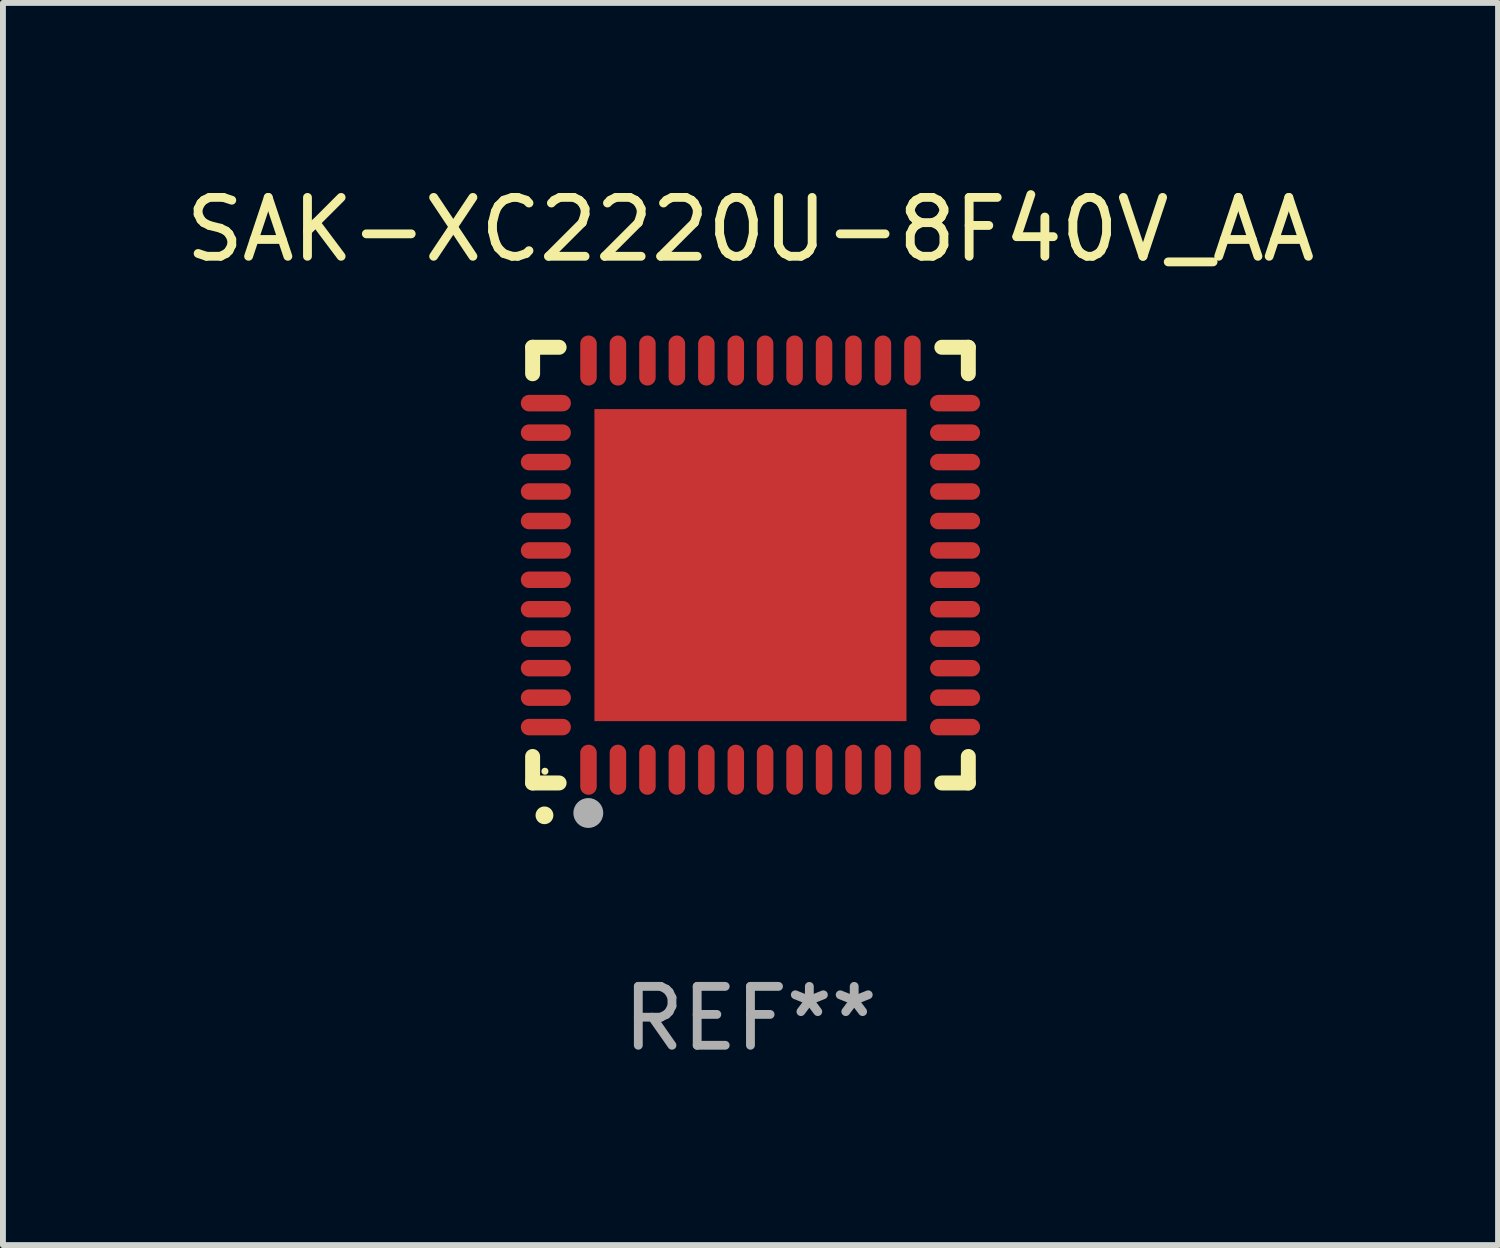
<source format=kicad_pcb>
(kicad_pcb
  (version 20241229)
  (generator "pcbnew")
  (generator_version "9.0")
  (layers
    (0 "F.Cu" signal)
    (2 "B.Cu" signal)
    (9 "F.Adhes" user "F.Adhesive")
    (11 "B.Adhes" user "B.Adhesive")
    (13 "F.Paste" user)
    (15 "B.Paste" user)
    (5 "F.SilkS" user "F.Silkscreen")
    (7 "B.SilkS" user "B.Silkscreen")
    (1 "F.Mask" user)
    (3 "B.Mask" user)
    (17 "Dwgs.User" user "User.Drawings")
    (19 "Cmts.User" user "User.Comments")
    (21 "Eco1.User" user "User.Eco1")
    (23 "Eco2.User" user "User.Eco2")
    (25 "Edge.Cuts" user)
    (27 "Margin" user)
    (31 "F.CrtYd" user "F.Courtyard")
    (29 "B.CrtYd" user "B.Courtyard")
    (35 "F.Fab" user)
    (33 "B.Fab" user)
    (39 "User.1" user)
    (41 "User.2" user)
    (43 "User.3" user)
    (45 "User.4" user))
  (footprint "SAK-XC2220U-8F40V_AA"
    (layer "F.Cu")
    (at 9.696 6.548)
    (property "Reference" "SAK-XC2220U-8F40V_AA" (at 0 -5.7 0) (layer "F.SilkS") (effects (font (size 1 1) (thickness 0.15))))
    (attr through_hole)
    (fp_line (start -3.7 -3.7) (end -3.25 -3.7) (stroke (width 0.254) (type solid)) (layer "F.SilkS"))
    (fp_line (start -3.7 -3.25) (end -3.7 -3.7) (stroke (width 0.254) (type solid)) (layer "F.SilkS"))
    (fp_line (start -3.7 3.7) (end -3.7 3.25) (stroke (width 0.254) (type solid)) (layer "F.SilkS"))
    (fp_line (start -3.25 3.7) (end -3.7 3.7) (stroke (width 0.254) (type solid)) (layer "F.SilkS"))
    (fp_line (start 3.25 3.7) (end 3.7 3.7) (stroke (width 0.254) (type solid)) (layer "F.SilkS"))
    (fp_line (start 3.7 -3.7) (end 3.25 -3.7) (stroke (width 0.254) (type solid)) (layer "F.SilkS"))
    (fp_line (start 3.7 -3.25) (end 3.7 -3.7) (stroke (width 0.254) (type solid)) (layer "F.SilkS"))
    (fp_line (start 3.7 3.7) (end 3.7 3.25) (stroke (width 0.254) (type solid)) (layer "F.SilkS"))
    (fp_arc (start -3.500127 4.249428) (mid -3.498857 4.249423) (end -3.497587 4.249428) (stroke (width 0.3) (type solid)) (layer "F.SilkS"))
    (fp_circle (center -3.491 3.501) (end -3.461 3.501) (stroke (width 0.06) (type solid)) (fill no) (layer "F.SilkS"))
    (fp_circle (center -2.754 4.21) (end -2.627 4.21) (stroke (width 0.254) (type solid)) (fill no) (layer "F.Fab"))
    (fp_text user "REF**" (at 0 7.7 0) (layer "F.Fab") (effects (font (size 1 1) (thickness 0.15))))
    (pad "1" smd oval (at -2.751 3.475) (size 0.28 0.85) (layers "F.Cu" "F.Mask" "F.Paste"))
    (pad "2" smd oval (at -2.251 3.475) (size 0.28 0.85) (layers "F.Cu" "F.Mask" "F.Paste"))
    (pad "3" smd oval (at -1.75 3.475) (size 0.28 0.85) (layers "F.Cu" "F.Mask" "F.Paste"))
    (pad "4" smd oval (at -1.25 3.475) (size 0.28 0.85) (layers "F.Cu" "F.Mask" "F.Paste"))
    (pad "5" smd oval (at -0.749 3.475) (size 0.28 0.85) (layers "F.Cu" "F.Mask" "F.Paste"))
    (pad "6" smd oval (at -0.249 3.475) (size 0.28 0.85) (layers "F.Cu" "F.Mask" "F.Paste"))
    (pad "7" smd oval (at 0.249 3.475) (size 0.28 0.85) (layers "F.Cu" "F.Mask" "F.Paste"))
    (pad "8" smd oval (at 0.749 3.475) (size 0.28 0.85) (layers "F.Cu" "F.Mask" "F.Paste"))
    (pad "9" smd oval (at 1.25 3.475) (size 0.28 0.85) (layers "F.Cu" "F.Mask" "F.Paste"))
    (pad "10" smd oval (at 1.75 3.475) (size 0.28 0.85) (layers "F.Cu" "F.Mask" "F.Paste"))
    (pad "11" smd oval (at 2.25 3.475) (size 0.28 0.85) (layers "F.Cu" "F.Mask" "F.Paste"))
    (pad "12" smd oval (at 2.751 3.475) (size 0.28 0.85) (layers "F.Cu" "F.Mask" "F.Paste"))
    (pad "13" smd oval (at 3.475 2.751) (size 0.85 0.28) (layers "F.Cu" "F.Mask" "F.Paste"))
    (pad "14" smd oval (at 3.475 2.251) (size 0.85 0.28) (layers "F.Cu" "F.Mask" "F.Paste"))
    (pad "15" smd oval (at 3.475 1.75) (size 0.85 0.28) (layers "F.Cu" "F.Mask" "F.Paste"))
    (pad "16" smd oval (at 3.475 1.25) (size 0.85 0.28) (layers "F.Cu" "F.Mask" "F.Paste"))
    (pad "17" smd oval (at 3.475 0.749) (size 0.85 0.28) (layers "F.Cu" "F.Mask" "F.Paste"))
    (pad "18" smd oval (at 3.475 0.249) (size 0.85 0.28) (layers "F.Cu" "F.Mask" "F.Paste"))
    (pad "19" smd oval (at 3.475 -0.249) (size 0.85 0.28) (layers "F.Cu" "F.Mask" "F.Paste"))
    (pad "20" smd oval (at 3.475 -0.749) (size 0.85 0.28) (layers "F.Cu" "F.Mask" "F.Paste"))
    (pad "21" smd oval (at 3.475 -1.25) (size 0.85 0.28) (layers "F.Cu" "F.Mask" "F.Paste"))
    (pad "22" smd oval (at 3.475 -1.75) (size 0.85 0.28) (layers "F.Cu" "F.Mask" "F.Paste"))
    (pad "23" smd oval (at 3.475 -2.25) (size 0.85 0.28) (layers "F.Cu" "F.Mask" "F.Paste"))
    (pad "24" smd oval (at 3.475 -2.751) (size 0.85 0.28) (layers "F.Cu" "F.Mask" "F.Paste"))
    (pad "25" smd oval (at 2.751 -3.475) (size 0.28 0.85) (layers "F.Cu" "F.Mask" "F.Paste"))
    (pad "26" smd oval (at 2.25 -3.475) (size 0.28 0.85) (layers "F.Cu" "F.Mask" "F.Paste"))
    (pad "27" smd oval (at 1.75 -3.475) (size 0.28 0.85) (layers "F.Cu" "F.Mask" "F.Paste"))
    (pad "28" smd oval (at 1.25 -3.475) (size 0.28 0.85) (layers "F.Cu" "F.Mask" "F.Paste"))
    (pad "29" smd oval (at 0.749 -3.475) (size 0.28 0.85) (layers "F.Cu" "F.Mask" "F.Paste"))
    (pad "30" smd oval (at 0.249 -3.475) (size 0.28 0.85) (layers "F.Cu" "F.Mask" "F.Paste"))
    (pad "31" smd oval (at -0.249 -3.475) (size 0.28 0.85) (layers "F.Cu" "F.Mask" "F.Paste"))
    (pad "32" smd oval (at -0.749 -3.475) (size 0.28 0.85) (layers "F.Cu" "F.Mask" "F.Paste"))
    (pad "33" smd oval (at -1.25 -3.475) (size 0.28 0.85) (layers "F.Cu" "F.Mask" "F.Paste"))
    (pad "34" smd oval (at -1.75 -3.475) (size 0.28 0.85) (layers "F.Cu" "F.Mask" "F.Paste"))
    (pad "35" smd oval (at -2.251 -3.475) (size 0.28 0.85) (layers "F.Cu" "F.Mask" "F.Paste"))
    (pad "36" smd oval (at -2.751 -3.475) (size 0.28 0.85) (layers "F.Cu" "F.Mask" "F.Paste"))
    (pad "37" smd oval (at -3.475 -2.751) (size 0.85 0.28) (layers "F.Cu" "F.Mask" "F.Paste"))
    (pad "38" smd oval (at -3.475 -2.25) (size 0.85 0.28) (layers "F.Cu" "F.Mask" "F.Paste"))
    (pad "39" smd oval (at -3.475 -1.75) (size 0.85 0.28) (layers "F.Cu" "F.Mask" "F.Paste"))
    (pad "40" smd oval (at -3.475 -1.25) (size 0.85 0.28) (layers "F.Cu" "F.Mask" "F.Paste"))
    (pad "41" smd oval (at -3.475 -0.749) (size 0.85 0.28) (layers "F.Cu" "F.Mask" "F.Paste"))
    (pad "42" smd oval (at -3.475 -0.249) (size 0.85 0.28) (layers "F.Cu" "F.Mask" "F.Paste"))
    (pad "43" smd oval (at -3.475 0.249) (size 0.85 0.28) (layers "F.Cu" "F.Mask" "F.Paste"))
    (pad "44" smd oval (at -3.475 0.749) (size 0.85 0.28) (layers "F.Cu" "F.Mask" "F.Paste"))
    (pad "45" smd oval (at -3.475 1.25) (size 0.85 0.28) (layers "F.Cu" "F.Mask" "F.Paste"))
    (pad "46" smd oval (at -3.475 1.75) (size 0.85 0.28) (layers "F.Cu" "F.Mask" "F.Paste"))
    (pad "47" smd oval (at -3.475 2.251) (size 0.85 0.28) (layers "F.Cu" "F.Mask" "F.Paste"))
    (pad "48" smd oval (at -3.475 2.751) (size 0.85 0.28) (layers "F.Cu" "F.Mask" "F.Paste"))
    (pad "49" smd rect (at -0.000102 0.000102) (size 5.3 5.3) (layers "F.Cu" "F.Mask" "F.Paste")))
  (gr_rect
    (start -3 -3)
    (end 22.393 18.097)
    (stroke (width 0.1) (type default))
    (fill no)
    (layer "Edge.Cuts")))
</source>
